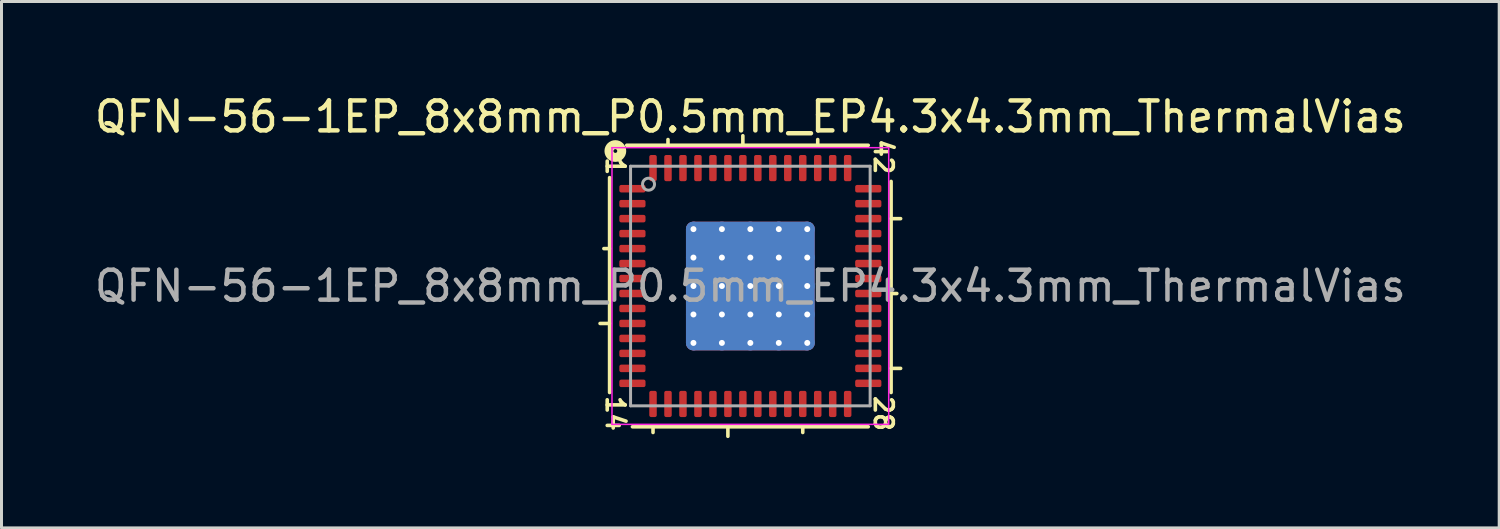
<source format=kicad_pcb>
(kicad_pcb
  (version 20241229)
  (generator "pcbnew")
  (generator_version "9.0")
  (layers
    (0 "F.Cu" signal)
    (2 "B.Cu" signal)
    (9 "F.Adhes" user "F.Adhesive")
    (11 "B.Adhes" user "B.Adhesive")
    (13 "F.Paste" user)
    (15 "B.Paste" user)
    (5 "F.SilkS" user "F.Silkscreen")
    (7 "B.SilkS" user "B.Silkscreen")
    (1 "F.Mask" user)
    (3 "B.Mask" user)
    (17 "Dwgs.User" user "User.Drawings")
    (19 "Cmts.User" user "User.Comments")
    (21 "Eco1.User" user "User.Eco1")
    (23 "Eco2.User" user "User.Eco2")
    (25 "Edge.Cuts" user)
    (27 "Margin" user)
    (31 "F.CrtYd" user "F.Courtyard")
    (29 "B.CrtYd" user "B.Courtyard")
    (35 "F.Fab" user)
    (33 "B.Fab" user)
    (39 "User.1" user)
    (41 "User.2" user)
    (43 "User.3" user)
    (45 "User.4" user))
  (footprint "QFN-56-1EP_8x8mm_P0.5mm_EP4.3x4.3mm_ThermalVias"
    (layer "F.Cu")
    (at 22.006 6.501)
    (property "Reference" "QFN-56-1EP_8x8mm_P0.5mm_EP4.3x4.3mm_ThermalVias" (at 0 -5.652 0) (layer "F.SilkS") (effects (font (size 1 1) (thickness 0.15))))
    (attr smd)
    (fp_line (start -4.7 -3.619) (end -4.7 3.556) (stroke (width 0.12) (type solid)) (layer "F.SilkS"))
    (fp_line (start -4.7 -1.25) (end -4.891 -1.25) (stroke (width 0.12) (type solid)) (layer "F.SilkS"))
    (fp_line (start -4.7 1.25) (end -5.018 1.25) (stroke (width 0.12) (type solid)) (layer "F.SilkS"))
    (fp_line (start -3.937 4.7) (end 3.937 4.7) (stroke (width 0.12) (type solid)) (layer "F.SilkS"))
    (fp_line (start -3.25 4.891) (end -3.25 4.7) (stroke (width 0.12) (type solid)) (layer "F.SilkS"))
    (fp_line (start -2.75 -4.7) (end -2.75 -4.891) (stroke (width 0.12) (type solid)) (layer "F.SilkS"))
    (fp_line (start -0.75 5.018) (end -0.75 4.7) (stroke (width 0.12) (type solid)) (layer "F.SilkS"))
    (fp_line (start -0.25 -4.7) (end -0.25 -5.018) (stroke (width 0.12) (type solid)) (layer "F.SilkS"))
    (fp_line (start 1.75 4.891) (end 1.75 4.7) (stroke (width 0.12) (type solid)) (layer "F.SilkS"))
    (fp_line (start 2.25 -4.7) (end 2.25 -4.891) (stroke (width 0.12) (type solid)) (layer "F.SilkS"))
    (fp_line (start 3.937 -4.7) (end -4.128 -4.7) (stroke (width 0.12) (type solid)) (layer "F.SilkS"))
    (fp_line (start 4.7 -2.25) (end 5.018 -2.25) (stroke (width 0.12) (type solid)) (layer "F.SilkS"))
    (fp_line (start 4.7 0.25) (end 4.891 0.25) (stroke (width 0.12) (type solid)) (layer "F.SilkS"))
    (fp_line (start 4.7 2.75) (end 5.018 2.75) (stroke (width 0.12) (type solid)) (layer "F.SilkS"))
    (fp_line (start 4.7 3.556) (end 4.7 -3.493) (stroke (width 0.12) (type solid)) (layer "F.SilkS"))
    (fp_circle (center -4.508 -4.508) (end -4.445 -4.508) (stroke (width 0.3) (type solid)) (fill no) (layer "F.SilkS"))
    (fp_line (start -4.62 -4.62) (end -4.62 4.62) (stroke (width 0.05) (type solid)) (layer "F.CrtYd"))
    (fp_line (start -4.62 4.62) (end 4.62 4.62) (stroke (width 0.05) (type solid)) (layer "F.CrtYd"))
    (fp_line (start 4.62 -4.62) (end -4.62 -4.62) (stroke (width 0.05) (type solid)) (layer "F.CrtYd"))
    (fp_line (start 4.62 4.62) (end 4.62 -4.62) (stroke (width 0.05) (type solid)) (layer "F.CrtYd"))
    (fp_line (start -4 -4) (end 4 -4) (stroke (width 0.1) (type solid)) (layer "F.Fab"))
    (fp_line (start -4 4) (end -4 -4) (stroke (width 0.1) (type solid)) (layer "F.Fab"))
    (fp_line (start 4 -4) (end 4 4) (stroke (width 0.1) (type solid)) (layer "F.Fab"))
    (fp_line (start 4 4) (end -4 4) (stroke (width 0.1) (type solid)) (layer "F.Fab"))
    (fp_circle (center -3.4 -3.4) (end -3.2 -3.4) (stroke (width 0.1) (type solid)) (fill no) (layer "F.Fab"))
    (fp_text user "1" (at -4.508 -4 270) (unlocked yes) (layer "F.SilkS") (effects (font (size 0.6 0.6) (thickness 0.12))))
    (fp_text user "28" (at 4.445 4.255 270) (unlocked yes) (layer "F.SilkS") (effects (font (size 0.6 0.6) (thickness 0.12))))
    (fp_text user "14" (at -4.508 4.255 270) (unlocked yes) (layer "F.SilkS") (effects (font (size 0.6 0.6) (thickness 0.12))))
    (fp_text user "42" (at 4.445 -4.318 270) (unlocked yes) (layer "F.SilkS") (effects (font (size 0.6 0.6) (thickness 0.12))))
    (fp_text user "${REFERENCE}" (at 0 0 0) (layer "F.Fab") (effects (font (size 1 1) (thickness 0.15))))
    (pad "" smd custom (at -1.425 -1.425) (size 0.716 0.716) (layers "F.Paste") (options (anchor circle)) (primitives (gr_poly (pts (xy 0.299 -0.202) (xy 0.299 0.202) (xy 0.202 0.299) (xy -0.202 0.299) (xy -0.299 0.202) (xy -0.299 -0.202) (xy -0.202 -0.299) (xy 0.202 -0.299)) (width 0.234) (fill yes))))
    (pad "" smd custom (at -1.425 -0.475) (size 0.716 0.716) (layers "F.Paste") (options (anchor circle)) (primitives (gr_poly (pts (xy 0.299 -0.202) (xy 0.299 0.202) (xy 0.202 0.299) (xy -0.202 0.299) (xy -0.299 0.202) (xy -0.299 -0.202) (xy -0.202 -0.299) (xy 0.202 -0.299)) (width 0.234) (fill yes))))
    (pad "" smd custom (at -1.425 0.475) (size 0.716 0.716) (layers "F.Paste") (options (anchor circle)) (primitives (gr_poly (pts (xy 0.299 -0.202) (xy 0.299 0.202) (xy 0.202 0.299) (xy -0.202 0.299) (xy -0.299 0.202) (xy -0.299 -0.202) (xy -0.202 -0.299) (xy 0.202 -0.299)) (width 0.234) (fill yes))))
    (pad "" smd custom (at -1.425 1.425) (size 0.716 0.716) (layers "F.Paste") (options (anchor circle)) (primitives (gr_poly (pts (xy 0.299 -0.202) (xy 0.299 0.202) (xy 0.202 0.299) (xy -0.202 0.299) (xy -0.299 0.202) (xy -0.299 -0.202) (xy -0.202 -0.299) (xy 0.202 -0.299)) (width 0.234) (fill yes))))
    (pad "" smd custom (at -0.475 -1.425) (size 0.716 0.716) (layers "F.Paste") (options (anchor circle)) (primitives (gr_poly (pts (xy 0.299 -0.202) (xy 0.299 0.202) (xy 0.202 0.299) (xy -0.202 0.299) (xy -0.299 0.202) (xy -0.299 -0.202) (xy -0.202 -0.299) (xy 0.202 -0.299)) (width 0.234) (fill yes))))
    (pad "" smd custom (at -0.475 -0.475) (size 0.716 0.716) (layers "F.Paste") (options (anchor circle)) (primitives (gr_poly (pts (xy 0.299 -0.202) (xy 0.299 0.202) (xy 0.202 0.299) (xy -0.202 0.299) (xy -0.299 0.202) (xy -0.299 -0.202) (xy -0.202 -0.299) (xy 0.202 -0.299)) (width 0.234) (fill yes))))
    (pad "" smd custom (at -0.475 0.475) (size 0.716 0.716) (layers "F.Paste") (options (anchor circle)) (primitives (gr_poly (pts (xy 0.299 -0.202) (xy 0.299 0.202) (xy 0.202 0.299) (xy -0.202 0.299) (xy -0.299 0.202) (xy -0.299 -0.202) (xy -0.202 -0.299) (xy 0.202 -0.299)) (width 0.234) (fill yes))))
    (pad "" smd custom (at -0.475 1.425) (size 0.716 0.716) (layers "F.Paste") (options (anchor circle)) (primitives (gr_poly (pts (xy 0.299 -0.202) (xy 0.299 0.202) (xy 0.202 0.299) (xy -0.202 0.299) (xy -0.299 0.202) (xy -0.299 -0.202) (xy -0.202 -0.299) (xy 0.202 -0.299)) (width 0.234) (fill yes))))
    (pad "" smd custom (at 0.475 -1.425) (size 0.716 0.716) (layers "F.Paste") (options (anchor circle)) (primitives (gr_poly (pts (xy 0.299 -0.202) (xy 0.299 0.202) (xy 0.202 0.299) (xy -0.202 0.299) (xy -0.299 0.202) (xy -0.299 -0.202) (xy -0.202 -0.299) (xy 0.202 -0.299)) (width 0.234) (fill yes))))
    (pad "" smd custom (at 0.475 -0.475) (size 0.716 0.716) (layers "F.Paste") (options (anchor circle)) (primitives (gr_poly (pts (xy 0.299 -0.202) (xy 0.299 0.202) (xy 0.202 0.299) (xy -0.202 0.299) (xy -0.299 0.202) (xy -0.299 -0.202) (xy -0.202 -0.299) (xy 0.202 -0.299)) (width 0.234) (fill yes))))
    (pad "" smd custom (at 0.475 0.475) (size 0.716 0.716) (layers "F.Paste") (options (anchor circle)) (primitives (gr_poly (pts (xy 0.299 -0.202) (xy 0.299 0.202) (xy 0.202 0.299) (xy -0.202 0.299) (xy -0.299 0.202) (xy -0.299 -0.202) (xy -0.202 -0.299) (xy 0.202 -0.299)) (width 0.234) (fill yes))))
    (pad "" smd custom (at 0.475 1.425) (size 0.716 0.716) (layers "F.Paste") (options (anchor circle)) (primitives (gr_poly (pts (xy 0.299 -0.202) (xy 0.299 0.202) (xy 0.202 0.299) (xy -0.202 0.299) (xy -0.299 0.202) (xy -0.299 -0.202) (xy -0.202 -0.299) (xy 0.202 -0.299)) (width 0.234) (fill yes))))
    (pad "" smd custom (at 1.425 -1.425) (size 0.716 0.716) (layers "F.Paste") (options (anchor circle)) (primitives (gr_poly (pts (xy 0.299 -0.202) (xy 0.299 0.202) (xy 0.202 0.299) (xy -0.202 0.299) (xy -0.299 0.202) (xy -0.299 -0.202) (xy -0.202 -0.299) (xy 0.202 -0.299)) (width 0.234) (fill yes))))
    (pad "" smd custom (at 1.425 -0.475) (size 0.716 0.716) (layers "F.Paste") (options (anchor circle)) (primitives (gr_poly (pts (xy 0.299 -0.202) (xy 0.299 0.202) (xy 0.202 0.299) (xy -0.202 0.299) (xy -0.299 0.202) (xy -0.299 -0.202) (xy -0.202 -0.299) (xy 0.202 -0.299)) (width 0.234) (fill yes))))
    (pad "" smd custom (at 1.425 0.475) (size 0.716 0.716) (layers "F.Paste") (options (anchor circle)) (primitives (gr_poly (pts (xy 0.299 -0.202) (xy 0.299 0.202) (xy 0.202 0.299) (xy -0.202 0.299) (xy -0.299 0.202) (xy -0.299 -0.202) (xy -0.202 -0.299) (xy 0.202 -0.299)) (width 0.234) (fill yes))))
    (pad "" smd custom (at 1.425 1.425) (size 0.716 0.716) (layers "F.Paste") (options (anchor circle)) (primitives (gr_poly (pts (xy 0.299 -0.202) (xy 0.299 0.202) (xy 0.202 0.299) (xy -0.202 0.299) (xy -0.299 0.202) (xy -0.299 -0.202) (xy -0.202 -0.299) (xy 0.202 -0.299)) (width 0.234) (fill yes))))
    (pad "1" smd roundrect (at -3.938 -3.25) (size 0.875 0.25) (layers "F.Cu" "F.Mask" "F.Paste") (roundrect_rratio 0.25))
    (pad "2" smd roundrect (at -3.938 -2.75) (size 0.875 0.25) (layers "F.Cu" "F.Mask" "F.Paste") (roundrect_rratio 0.25))
    (pad "3" smd roundrect (at -3.938 -2.25) (size 0.875 0.25) (layers "F.Cu" "F.Mask" "F.Paste") (roundrect_rratio 0.25))
    (pad "4" smd roundrect (at -3.938 -1.75) (size 0.875 0.25) (layers "F.Cu" "F.Mask" "F.Paste") (roundrect_rratio 0.25))
    (pad "5" smd roundrect (at -3.938 -1.25) (size 0.875 0.25) (layers "F.Cu" "F.Mask" "F.Paste") (roundrect_rratio 0.25))
    (pad "6" smd roundrect (at -3.938 -0.75) (size 0.875 0.25) (layers "F.Cu" "F.Mask" "F.Paste") (roundrect_rratio 0.25))
    (pad "7" smd roundrect (at -3.938 -0.25) (size 0.875 0.25) (layers "F.Cu" "F.Mask" "F.Paste") (roundrect_rratio 0.25))
    (pad "8" smd roundrect (at -3.938 0.25) (size 0.875 0.25) (layers "F.Cu" "F.Mask" "F.Paste") (roundrect_rratio 0.25))
    (pad "9" smd roundrect (at -3.938 0.75) (size 0.875 0.25) (layers "F.Cu" "F.Mask" "F.Paste") (roundrect_rratio 0.25))
    (pad "10" smd roundrect (at -3.938 1.25) (size 0.875 0.25) (layers "F.Cu" "F.Mask" "F.Paste") (roundrect_rratio 0.25))
    (pad "11" smd roundrect (at -3.938 1.75) (size 0.875 0.25) (layers "F.Cu" "F.Mask" "F.Paste") (roundrect_rratio 0.25))
    (pad "12" smd roundrect (at -3.938 2.25) (size 0.875 0.25) (layers "F.Cu" "F.Mask" "F.Paste") (roundrect_rratio 0.25))
    (pad "13" smd roundrect (at -3.938 2.75) (size 0.875 0.25) (layers "F.Cu" "F.Mask" "F.Paste") (roundrect_rratio 0.25))
    (pad "14" smd roundrect (at -3.938 3.25) (size 0.875 0.25) (layers "F.Cu" "F.Mask" "F.Paste") (roundrect_rratio 0.25))
    (pad "15" smd roundrect (at -3.25 3.938) (size 0.25 0.875) (layers "F.Cu" "F.Mask" "F.Paste") (roundrect_rratio 0.25))
    (pad "16" smd roundrect (at -2.75 3.938) (size 0.25 0.875) (layers "F.Cu" "F.Mask" "F.Paste") (roundrect_rratio 0.25))
    (pad "17" smd roundrect (at -2.25 3.938) (size 0.25 0.875) (layers "F.Cu" "F.Mask" "F.Paste") (roundrect_rratio 0.25))
    (pad "18" smd roundrect (at -1.75 3.938) (size 0.25 0.875) (layers "F.Cu" "F.Mask" "F.Paste") (roundrect_rratio 0.25))
    (pad "19" smd roundrect (at -1.25 3.938) (size 0.25 0.875) (layers "F.Cu" "F.Mask" "F.Paste") (roundrect_rratio 0.25))
    (pad "20" smd roundrect (at -0.75 3.938) (size 0.25 0.875) (layers "F.Cu" "F.Mask" "F.Paste") (roundrect_rratio 0.25))
    (pad "21" smd roundrect (at -0.25 3.938) (size 0.25 0.875) (layers "F.Cu" "F.Mask" "F.Paste") (roundrect_rratio 0.25))
    (pad "22" smd roundrect (at 0.25 3.938) (size 0.25 0.875) (layers "F.Cu" "F.Mask" "F.Paste") (roundrect_rratio 0.25))
    (pad "23" smd roundrect (at 0.75 3.938) (size 0.25 0.875) (layers "F.Cu" "F.Mask" "F.Paste") (roundrect_rratio 0.25))
    (pad "24" smd roundrect (at 1.25 3.938) (size 0.25 0.875) (layers "F.Cu" "F.Mask" "F.Paste") (roundrect_rratio 0.25))
    (pad "25" smd roundrect (at 1.75 3.938) (size 0.25 0.875) (layers "F.Cu" "F.Mask" "F.Paste") (roundrect_rratio 0.25))
    (pad "26" smd roundrect (at 2.25 3.938) (size 0.25 0.875) (layers "F.Cu" "F.Mask" "F.Paste") (roundrect_rratio 0.25))
    (pad "27" smd roundrect (at 2.75 3.938) (size 0.25 0.875) (layers "F.Cu" "F.Mask" "F.Paste") (roundrect_rratio 0.25))
    (pad "28" smd roundrect (at 3.25 3.938) (size 0.25 0.875) (layers "F.Cu" "F.Mask" "F.Paste") (roundrect_rratio 0.25))
    (pad "29" smd roundrect (at 3.938 3.25) (size 0.875 0.25) (layers "F.Cu" "F.Mask" "F.Paste") (roundrect_rratio 0.25))
    (pad "30" smd roundrect (at 3.938 2.75) (size 0.875 0.25) (layers "F.Cu" "F.Mask" "F.Paste") (roundrect_rratio 0.25))
    (pad "31" smd roundrect (at 3.938 2.25) (size 0.875 0.25) (layers "F.Cu" "F.Mask" "F.Paste") (roundrect_rratio 0.25))
    (pad "32" smd roundrect (at 3.938 1.75) (size 0.875 0.25) (layers "F.Cu" "F.Mask" "F.Paste") (roundrect_rratio 0.25))
    (pad "33" smd roundrect (at 3.938 1.25) (size 0.875 0.25) (layers "F.Cu" "F.Mask" "F.Paste") (roundrect_rratio 0.25))
    (pad "34" smd roundrect (at 3.938 0.75) (size 0.875 0.25) (layers "F.Cu" "F.Mask" "F.Paste") (roundrect_rratio 0.25))
    (pad "35" smd roundrect (at 3.938 0.25) (size 0.875 0.25) (layers "F.Cu" "F.Mask" "F.Paste") (roundrect_rratio 0.25))
    (pad "36" smd roundrect (at 3.938 -0.25) (size 0.875 0.25) (layers "F.Cu" "F.Mask" "F.Paste") (roundrect_rratio 0.25))
    (pad "37" smd roundrect (at 3.938 -0.75) (size 0.875 0.25) (layers "F.Cu" "F.Mask" "F.Paste") (roundrect_rratio 0.25))
    (pad "38" smd roundrect (at 3.938 -1.25) (size 0.875 0.25) (layers "F.Cu" "F.Mask" "F.Paste") (roundrect_rratio 0.25))
    (pad "39" smd roundrect (at 3.938 -1.75) (size 0.875 0.25) (layers "F.Cu" "F.Mask" "F.Paste") (roundrect_rratio 0.25))
    (pad "40" smd roundrect (at 3.938 -2.25) (size 0.875 0.25) (layers "F.Cu" "F.Mask" "F.Paste") (roundrect_rratio 0.25))
    (pad "41" smd roundrect (at 3.938 -2.75) (size 0.875 0.25) (layers "F.Cu" "F.Mask" "F.Paste") (roundrect_rratio 0.25))
    (pad "42" smd roundrect (at 3.938 -3.25) (size 0.875 0.25) (layers "F.Cu" "F.Mask" "F.Paste") (roundrect_rratio 0.25))
    (pad "43" smd roundrect (at 3.25 -3.938) (size 0.25 0.875) (layers "F.Cu" "F.Mask" "F.Paste") (roundrect_rratio 0.25))
    (pad "44" smd roundrect (at 2.75 -3.938) (size 0.25 0.875) (layers "F.Cu" "F.Mask" "F.Paste") (roundrect_rratio 0.25))
    (pad "45" smd roundrect (at 2.25 -3.938) (size 0.25 0.875) (layers "F.Cu" "F.Mask" "F.Paste") (roundrect_rratio 0.25))
    (pad "46" smd roundrect (at 1.75 -3.938) (size 0.25 0.875) (layers "F.Cu" "F.Mask" "F.Paste") (roundrect_rratio 0.25))
    (pad "47" smd roundrect (at 1.25 -3.938) (size 0.25 0.875) (layers "F.Cu" "F.Mask" "F.Paste") (roundrect_rratio 0.25))
    (pad "48" smd roundrect (at 0.75 -3.938) (size 0.25 0.875) (layers "F.Cu" "F.Mask" "F.Paste") (roundrect_rratio 0.25))
    (pad "49" smd roundrect (at 0.25 -3.938) (size 0.25 0.875) (layers "F.Cu" "F.Mask" "F.Paste") (roundrect_rratio 0.25))
    (pad "50" smd roundrect (at -0.25 -3.938) (size 0.25 0.875) (layers "F.Cu" "F.Mask" "F.Paste") (roundrect_rratio 0.25))
    (pad "51" smd roundrect (at -0.75 -3.938) (size 0.25 0.875) (layers "F.Cu" "F.Mask" "F.Paste") (roundrect_rratio 0.25))
    (pad "52" smd roundrect (at -1.25 -3.938) (size 0.25 0.875) (layers "F.Cu" "F.Mask" "F.Paste") (roundrect_rratio 0.25))
    (pad "53" smd roundrect (at -1.75 -3.938) (size 0.25 0.875) (layers "F.Cu" "F.Mask" "F.Paste") (roundrect_rratio 0.25))
    (pad "54" smd roundrect (at -2.25 -3.938) (size 0.25 0.875) (layers "F.Cu" "F.Mask" "F.Paste") (roundrect_rratio 0.25))
    (pad "55" smd roundrect (at -2.75 -3.938) (size 0.25 0.875) (layers "F.Cu" "F.Mask" "F.Paste") (roundrect_rratio 0.25))
    (pad "56" smd roundrect (at -3.25 -3.938) (size 0.25 0.875) (layers "F.Cu" "F.Mask" "F.Paste") (roundrect_rratio 0.25))
    (pad "57" thru_hole circle (at -1.9 -1.9) (size 0.5 0.5) (drill 0.2) (property pad_prop_heatsink) (layers "*.Cu"))
    (pad "57" thru_hole circle (at -1.9 -0.95) (size 0.5 0.5) (drill 0.2) (property pad_prop_heatsink) (layers "*.Cu"))
    (pad "57" thru_hole circle (at -1.9 0) (size 0.5 0.5) (drill 0.2) (property pad_prop_heatsink) (layers "*.Cu"))
    (pad "57" thru_hole circle (at -1.9 0.95) (size 0.5 0.5) (drill 0.2) (property pad_prop_heatsink) (layers "*.Cu"))
    (pad "57" thru_hole circle (at -1.9 1.9) (size 0.5 0.5) (drill 0.2) (property pad_prop_heatsink) (layers "*.Cu"))
    (pad "57" thru_hole circle (at -0.95 -1.9) (size 0.5 0.5) (drill 0.2) (property pad_prop_heatsink) (layers "*.Cu"))
    (pad "57" thru_hole circle (at -0.95 -0.95) (size 0.5 0.5) (drill 0.2) (property pad_prop_heatsink) (layers "*.Cu"))
    (pad "57" thru_hole circle (at -0.95 0) (size 0.5 0.5) (drill 0.2) (property pad_prop_heatsink) (layers "*.Cu"))
    (pad "57" thru_hole circle (at -0.95 0.95) (size 0.5 0.5) (drill 0.2) (property pad_prop_heatsink) (layers "*.Cu"))
    (pad "57" thru_hole circle (at -0.95 1.9) (size 0.5 0.5) (drill 0.2) (property pad_prop_heatsink) (layers "*.Cu"))
    (pad "57" thru_hole circle (at 0 -1.9) (size 0.5 0.5) (drill 0.2) (property pad_prop_heatsink) (layers "*.Cu"))
    (pad "57" thru_hole circle (at 0 -0.95) (size 0.5 0.5) (drill 0.2) (property pad_prop_heatsink) (layers "*.Cu"))
    (pad "57" thru_hole circle (at 0 0) (size 0.5 0.5) (drill 0.2) (property pad_prop_heatsink) (layers "*.Cu"))
    (pad "57" smd roundrect (at 0 0) (size 4.3 4.3) (layers "F.Cu" "F.Mask") (roundrect_rratio 0.058))
    (pad "57" smd roundrect (at 0 0) (size 4.3 4.3) (layers "B.Cu" "B.Mask") (roundrect_rratio 0.058))
    (pad "57" thru_hole circle (at 0 0.95) (size 0.5 0.5) (drill 0.2) (property pad_prop_heatsink) (layers "*.Cu"))
    (pad "57" thru_hole circle (at 0 1.9) (size 0.5 0.5) (drill 0.2) (property pad_prop_heatsink) (layers "*.Cu"))
    (pad "57" thru_hole circle (at 0.95 -1.9) (size 0.5 0.5) (drill 0.2) (property pad_prop_heatsink) (layers "*.Cu"))
    (pad "57" thru_hole circle (at 0.95 -0.95) (size 0.5 0.5) (drill 0.2) (property pad_prop_heatsink) (layers "*.Cu"))
    (pad "57" thru_hole circle (at 0.95 0) (size 0.5 0.5) (drill 0.2) (property pad_prop_heatsink) (layers "*.Cu"))
    (pad "57" thru_hole circle (at 0.95 0.95) (size 0.5 0.5) (drill 0.2) (property pad_prop_heatsink) (layers "*.Cu"))
    (pad "57" thru_hole circle (at 0.95 1.9) (size 0.5 0.5) (drill 0.2) (property pad_prop_heatsink) (layers "*.Cu"))
    (pad "57" thru_hole circle (at 1.9 -1.9) (size 0.5 0.5) (drill 0.2) (property pad_prop_heatsink) (layers "*.Cu"))
    (pad "57" thru_hole circle (at 1.9 -0.95) (size 0.5 0.5) (drill 0.2) (property pad_prop_heatsink) (layers "*.Cu"))
    (pad "57" thru_hole circle (at 1.9 0) (size 0.5 0.5) (drill 0.2) (property pad_prop_heatsink) (layers "*.Cu"))
    (pad "57" thru_hole circle (at 1.9 0.95) (size 0.5 0.5) (drill 0.2) (property pad_prop_heatsink) (layers "*.Cu"))
    (pad "57" thru_hole circle (at 1.9 1.9) (size 0.5 0.5) (drill 0.2) (property pad_prop_heatsink) (layers "*.Cu")))
  (gr_rect
    (start -3 -3)
    (end 47.012 14.578)
    (stroke (width 0.1) (type default))
    (fill no)
    (layer "Edge.Cuts")))
</source>
